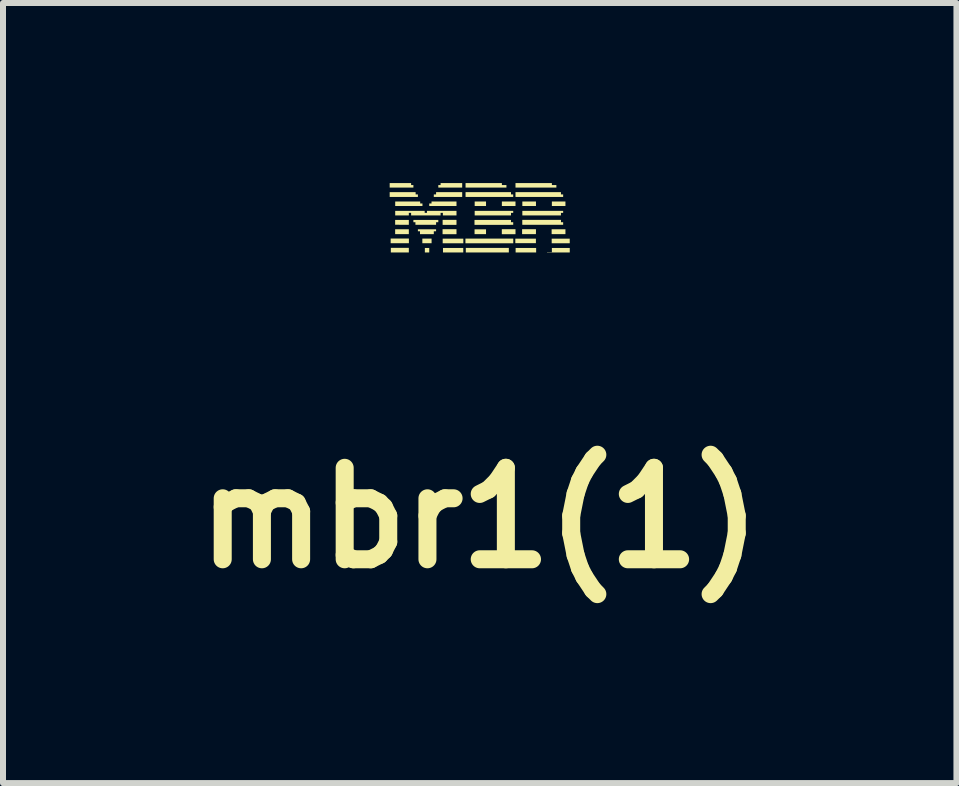
<source format=kicad_pcb>
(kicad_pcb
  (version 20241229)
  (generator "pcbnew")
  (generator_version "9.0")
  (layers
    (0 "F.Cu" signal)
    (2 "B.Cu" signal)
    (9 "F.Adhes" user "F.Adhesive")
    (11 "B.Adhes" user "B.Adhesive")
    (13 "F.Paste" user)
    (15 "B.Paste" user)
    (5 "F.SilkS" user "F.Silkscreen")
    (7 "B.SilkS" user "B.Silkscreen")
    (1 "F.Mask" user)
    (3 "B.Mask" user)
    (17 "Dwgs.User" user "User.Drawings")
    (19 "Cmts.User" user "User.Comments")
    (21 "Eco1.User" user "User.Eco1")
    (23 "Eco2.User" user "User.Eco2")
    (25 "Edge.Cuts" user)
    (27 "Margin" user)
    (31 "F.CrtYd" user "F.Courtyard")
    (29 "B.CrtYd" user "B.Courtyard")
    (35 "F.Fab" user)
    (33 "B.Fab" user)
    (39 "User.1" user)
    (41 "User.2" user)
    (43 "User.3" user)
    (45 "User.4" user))
  (footprint "mbr1(1)"
    (layer "F.Cu")
    (at 4.942 0.578)
    (property "Reference" "mbr1(1)" (at 0 5 0) (layer "F.SilkS") (effects (font (size 1.524 1.524) (thickness 0.3))))
    (attr through_hole)
    (fp_poly (pts (xy -0.841 0.541) (xy -0.841 0.578) (xy -0.877 0.578) (xy -0.914 0.578) (xy -0.914 0.541) (xy -0.914 0.503) (xy -0.877 0.503) (xy -0.841 0.503)) (stroke (width 0) (type solid)) (fill yes) (layer "F.SilkS"))
    (fp_poly (pts (xy -0.802 0.385) (xy -0.802 0.424) (xy -0.879 0.424) (xy -0.956 0.424) (xy -0.956 0.385) (xy -0.956 0.347) (xy -0.879 0.347) (xy -0.802 0.347)) (stroke (width 0) (type solid)) (fill yes) (layer "F.SilkS"))
    (fp_poly (pts (xy -0.273 0.387) (xy -0.273 0.425) (xy -0.445 0.425) (xy -0.617 0.425) (xy -0.617 0.387) (xy -0.617 0.348) (xy -0.445 0.348) (xy -0.273 0.348)) (stroke (width 0) (type solid)) (fill yes) (layer "F.SilkS"))
    (fp_poly (pts (xy 0.105 -0.233) (xy 0.105 -0.196) (xy 0.01 -0.196) (xy -0.084 -0.196) (xy -0.084 -0.233) (xy -0.084 -0.271) (xy 0.01 -0.271) (xy 0.105 -0.271)) (stroke (width 0) (type solid)) (fill yes) (layer "F.SilkS"))
    (fp_poly (pts (xy 0.485 0.54) (xy 0.485 0.578) (xy 0.126 0.578) (xy -0.232 0.578) (xy -0.232 0.54) (xy -0.232 0.502) (xy 0.126 0.502) (xy 0.485 0.502)) (stroke (width 0) (type solid)) (fill yes) (layer "F.SilkS"))
    (fp_poly (pts (xy 0.559 0.386) (xy 0.559 0.425) (xy 0.161 0.425) (xy -0.238 0.425) (xy -0.238 0.386) (xy -0.238 0.347) (xy 0.161 0.347) (xy 0.559 0.347)) (stroke (width 0) (type solid)) (fill yes) (layer "F.SilkS"))
    (fp_poly (pts (xy 0.596 -0.233) (xy 0.596 -0.196) (xy 0.483 -0.196) (xy 0.369 -0.196) (xy 0.369 -0.233) (xy 0.369 -0.271) (xy 0.483 -0.271) (xy 0.596 -0.271)) (stroke (width 0) (type solid)) (fill yes) (layer "F.SilkS"))
    (fp_poly (pts (xy 0.936 0.385) (xy 0.936 0.423) (xy 0.765 0.423) (xy 0.593 0.423) (xy 0.593 0.385) (xy 0.593 0.348) (xy 0.765 0.348) (xy 0.936 0.348)) (stroke (width 0) (type solid)) (fill yes) (layer "F.SilkS"))
    (fp_poly (pts (xy 0.937 -0.233) (xy 0.937 -0.196) (xy 0.823 -0.196) (xy 0.71 -0.196) (xy 0.71 -0.233) (xy 0.71 -0.271) (xy 0.823 -0.271) (xy 0.937 -0.271)) (stroke (width 0) (type solid)) (fill yes) (layer "F.SilkS"))
    (fp_poly (pts (xy 0.94 0.541) (xy 0.94 0.578) (xy 0.769 0.578) (xy 0.598 0.578) (xy 0.598 0.541) (xy 0.598 0.503) (xy 0.769 0.503) (xy 0.94 0.503)) (stroke (width 0) (type solid)) (fill yes) (layer "F.SilkS"))
    (fp_poly (pts (xy 1.428 -0.233) (xy 1.428 -0.196) (xy 1.315 -0.196) (xy 1.202 -0.196) (xy 1.202 -0.233) (xy 1.202 -0.271) (xy 1.315 -0.271) (xy 1.428 -0.271)) (stroke (width 0) (type solid)) (fill yes) (layer "F.SilkS"))
    (fp_poly (pts (xy -1.143 -0.562) (xy -1.143 -0.545) (xy -1.124 -0.545) (xy -1.105 -0.545) (xy -1.105 -0.524) (xy -1.105 -0.503) (xy -1.303 -0.503) (xy -1.5 -0.503) (xy -1.5 -0.54) (xy -1.5 -0.578) (xy -1.322 -0.578) (xy -1.143 -0.578)) (stroke (width 0) (type solid)) (fill yes) (layer "F.SilkS"))
    (fp_poly (pts (xy -1.068 -0.408) (xy -1.068 -0.389) (xy -1.049 -0.389) (xy -1.03 -0.389) (xy -1.03 -0.368) (xy -1.03 -0.347) (xy -1.265 -0.347) (xy -1.5 -0.347) (xy -1.5 -0.387) (xy -1.5 -0.427) (xy -1.284 -0.427) (xy -1.068 -0.427)) (stroke (width 0) (type solid)) (fill yes) (layer "F.SilkS"))
    (fp_poly (pts (xy -0.992 -0.255) (xy -0.992 -0.238) (xy -0.973 -0.238) (xy -0.954 -0.238) (xy -0.954 -0.217) (xy -0.954 -0.196) (xy -1.181 -0.196) (xy -1.408 -0.196) (xy -1.408 -0.233) (xy -1.408 -0.271) (xy -1.2 -0.271) (xy -0.992 -0.271)) (stroke (width 0) (type solid)) (fill yes) (layer "F.SilkS"))
    (fp_poly (pts (xy -0.387 -0.233) (xy -0.387 -0.196) (xy -0.614 -0.196) (xy -0.841 -0.196) (xy -0.841 -0.217) (xy -0.841 -0.238) (xy -0.822 -0.238) (xy -0.803 -0.238) (xy -0.803 -0.255) (xy -0.803 -0.271) (xy -0.595 -0.271) (xy -0.387 -0.271)) (stroke (width 0) (type solid)) (fill yes) (layer "F.SilkS"))
    (fp_poly (pts (xy -0.292 -0.54) (xy -0.292 -0.503) (xy -0.491 -0.503) (xy -0.69 -0.503) (xy -0.69 -0.524) (xy -0.69 -0.545) (xy -0.671 -0.545) (xy -0.652 -0.545) (xy -0.652 -0.562) (xy -0.652 -0.578) (xy -0.472 -0.578) (xy -0.292 -0.578)) (stroke (width 0) (type solid)) (fill yes) (layer "F.SilkS"))
    (fp_poly (pts (xy -0.292 -0.387) (xy -0.292 -0.347) (xy -0.529 -0.347) (xy -0.765 -0.347) (xy -0.765 -0.368) (xy -0.765 -0.389) (xy -0.746 -0.389) (xy -0.727 -0.389) (xy -0.727 -0.408) (xy -0.727 -0.427) (xy -0.51 -0.427) (xy -0.292 -0.427)) (stroke (width 0) (type solid)) (fill yes) (layer "F.SilkS"))
    (fp_poly (pts (xy 0.369 -0.562) (xy 0.369 -0.545) (xy 0.407 -0.545) (xy 0.445 -0.545) (xy 0.445 -0.524) (xy 0.445 -0.503) (xy 0.105 -0.503) (xy -0.236 -0.503) (xy -0.236 -0.54) (xy -0.236 -0.578) (xy 0.067 -0.578) (xy 0.369 -0.578)) (stroke (width 0) (type solid)) (fill yes) (layer "F.SilkS"))
    (fp_poly (pts (xy 0.521 -0.408) (xy 0.521 -0.389) (xy 0.54 -0.389) (xy 0.558 -0.389) (xy 0.558 -0.368) (xy 0.558 -0.347) (xy 0.161 -0.347) (xy -0.236 -0.347) (xy -0.236 -0.387) (xy -0.236 -0.427) (xy 0.142 -0.427) (xy 0.521 -0.427)) (stroke (width 0) (type solid)) (fill yes) (layer "F.SilkS"))
    (fp_poly (pts (xy 0.558 -0.098) (xy 0.558 -0.082) (xy 0.54 -0.082) (xy 0.521 -0.082) (xy 0.521 -0.061) (xy 0.521 -0.039) (xy 0.218 -0.039) (xy -0.084 -0.039) (xy -0.084 -0.077) (xy -0.084 -0.115) (xy 0.237 -0.115) (xy 0.558 -0.115)) (stroke (width 0) (type solid)) (fill yes) (layer "F.SilkS"))
    (fp_poly (pts (xy 1.202 -0.562) (xy 1.202 -0.545) (xy 1.239 -0.545) (xy 1.277 -0.545) (xy 1.277 -0.524) (xy 1.277 -0.503) (xy 0.937 -0.503) (xy 0.596 -0.503) (xy 0.596 -0.54) (xy 0.596 -0.578) (xy 0.899 -0.578) (xy 1.202 -0.578)) (stroke (width 0) (type solid)) (fill yes) (layer "F.SilkS"))
    (fp_poly (pts (xy 1.353 -0.408) (xy 1.353 -0.389) (xy 1.372 -0.389) (xy 1.39 -0.389) (xy 1.39 -0.368) (xy 1.39 -0.347) (xy 0.993 -0.347) (xy 0.596 -0.347) (xy 0.596 -0.387) (xy 0.596 -0.427) (xy 0.975 -0.427) (xy 1.353 -0.427)) (stroke (width 0) (type solid)) (fill yes) (layer "F.SilkS"))
    (fp_poly (pts (xy 1.39 -0.098) (xy 1.39 -0.082) (xy 1.372 -0.082) (xy 1.353 -0.082) (xy 1.353 -0.061) (xy 1.353 -0.039) (xy 1.031 -0.039) (xy 0.71 -0.039) (xy 0.71 -0.077) (xy 0.71 -0.115) (xy 1.05 -0.115) (xy 1.39 -0.115)) (stroke (width 0) (type solid)) (fill yes) (layer "F.SilkS"))
    (fp_poly (pts (xy 1.5 0.541) (xy 1.5 0.578) (xy 1.311 0.578) (xy 1.121 0.578) (xy 1.121 0.575) (xy 1.121 0.573) (xy 1.161 0.573) (xy 1.202 0.573) (xy 1.202 0.538) (xy 1.202 0.503) (xy 1.351 0.503) (xy 1.5 0.503)) (stroke (width 0) (type solid)) (fill yes) (layer "F.SilkS"))
    (fp_poly (pts (xy -0.389 0.191) (xy -0.389 0.192) (xy -0.389 0.192) (xy -0.388 0.192) (xy -0.388 0.192) (xy -0.387 0.192) (xy -0.387 0.232) (xy -0.387 0.272) (xy -0.388 0.272) (xy -0.388 0.272) (xy -0.389 0.273) (xy -0.389 0.273) (xy -0.389 0.273) (xy -0.389 0.274) (xy -0.504 0.274) (xy -0.619 0.274) (xy -0.619 0.232) (xy -0.619 0.19) (xy -0.504 0.19) (xy -0.389 0.19)) (stroke (width 0) (type solid)) (fill yes) (layer "F.SilkS"))
    (fp_poly (pts (xy 0.936 0.192) (xy 0.936 0.193) (xy 0.936 0.194) (xy 0.936 0.195) (xy 0.937 0.197) (xy 0.937 0.2) (xy 0.937 0.202) (xy 0.937 0.205) (xy 0.937 0.209) (xy 0.937 0.213) (xy 0.937 0.216) (xy 0.937 0.221) (xy 0.937 0.225) (xy 0.937 0.229) (xy 0.937 0.234) (xy 0.936 0.273) (xy 0.821 0.273) (xy 0.706 0.273) (xy 0.706 0.231) (xy 0.706 0.19) (xy 0.821 0.19) (xy 0.936 0.19)) (stroke (width 0) (type solid)) (fill yes) (layer "F.SilkS"))
    (fp_poly (pts (xy 0.105 0.233) (xy 0.105 0.272) (xy 0.103 0.273) (xy 0.103 0.273) (xy 0.102 0.273) (xy 0.101 0.273) (xy 0.099 0.273) (xy 0.097 0.273) (xy 0.094 0.273) (xy 0.091 0.273) (xy 0.087 0.273) (xy 0.083 0.273) (xy 0.079 0.273) (xy 0.074 0.273) (xy 0.069 0.273) (xy 0.064 0.273) (xy 0.059 0.273) (xy 0.053 0.273) (xy 0.047 0.273) (xy 0.041 0.273) (xy 0.034 0.273) (xy 0.027 0.273) (xy 0.021 0.273) (xy 0.014 0.273) (xy 0.008 0.273) (xy -0.086 0.273) (xy -0.086 0.233) (xy -0.086 0.193) (xy 0.009 0.193) (xy 0.105 0.193)) (stroke (width 0) (type solid)) (fill yes) (layer "F.SilkS"))
    (fp_poly (pts (xy -0.917 -0.098) (xy -0.917 -0.082) (xy -0.898 -0.082) (xy -0.879 -0.082) (xy -0.879 -0.098) (xy -0.879 -0.115) (xy -0.633 -0.115) (xy -0.387 -0.115) (xy -0.387 -0.077) (xy -0.387 -0.039) (xy -0.5 -0.039) (xy -0.614 -0.039) (xy -0.614 -0.061) (xy -0.614 -0.082) (xy -0.633 -0.082) (xy -0.652 -0.082) (xy -0.652 -0.061) (xy -0.652 -0.039) (xy -0.897 -0.039) (xy -1.143 -0.039) (xy -1.143 -0.061) (xy -1.143 -0.082) (xy -1.162 -0.082) (xy -1.181 -0.082) (xy -1.181 -0.061) (xy -1.181 -0.039) (xy -1.295 -0.039) (xy -1.408 -0.039) (xy -1.408 -0.077) (xy -1.408 -0.115) (xy -1.162 -0.115) (xy -0.917 -0.115)) (stroke (width 0) (type solid)) (fill yes) (layer "F.SilkS"))
    (fp_poly (pts (xy 1.427 0.191) (xy 1.427 0.192) (xy 1.427 0.192) (xy 1.428 0.192) (xy 1.428 0.192) (xy 1.428 0.232) (xy 1.428 0.272) (xy 1.427 0.273) (xy 1.427 0.273) (xy 1.426 0.273) (xy 1.425 0.273) (xy 1.423 0.273) (xy 1.42 0.273) (xy 1.418 0.273) (xy 1.414 0.273) (xy 1.411 0.273) (xy 1.407 0.273) (xy 1.403 0.273) (xy 1.398 0.273) (xy 1.393 0.273) (xy 1.387 0.273) (xy 1.382 0.273) (xy 1.376 0.273) (xy 1.369 0.273) (xy 1.363 0.273) (xy 1.356 0.273) (xy 1.349 0.273) (xy 1.342 0.273) (xy 1.335 0.273) (xy 1.327 0.273) (xy 1.32 0.273) (xy 1.312 0.273) (xy 1.198 0.273) (xy 1.198 0.232) (xy 1.198 0.191) (xy 1.313 0.191) (xy 1.427 0.191)) (stroke (width 0) (type solid)) (fill yes) (layer "F.SilkS"))
    (fp_poly (pts (xy -1.296 0.036) (xy -1.289 0.036) (xy -1.281 0.036) (xy -1.274 0.036) (xy -1.266 0.036) (xy -1.259 0.036) (xy -1.252 0.036) (xy -1.246 0.036) (xy -1.239 0.036) (xy -1.233 0.036) (xy -1.227 0.036) (xy -1.221 0.036) (xy -1.216 0.036) (xy -1.211 0.036) (xy -1.206 0.036) (xy -1.202 0.036) (xy -1.198 0.036) (xy -1.195 0.036) (xy -1.192 0.036) (xy -1.189 0.036) (xy -1.187 0.036) (xy -1.185 0.036) (xy -1.184 0.036) (xy -1.183 0.036) (xy -1.183 0.036) (xy -1.181 0.036) (xy -1.181 0.076) (xy -1.181 0.117) (xy -1.292 0.117) (xy -1.3 0.117) (xy -1.307 0.117) (xy -1.315 0.117) (xy -1.322 0.117) (xy -1.329 0.117) (xy -1.336 0.117) (xy -1.343 0.117) (xy -1.349 0.116) (xy -1.355 0.116) (xy -1.361 0.116) (xy -1.367 0.116) (xy -1.372 0.116) (xy -1.377 0.116) (xy -1.382 0.116) (xy -1.386 0.116) (xy -1.39 0.116) (xy -1.394 0.116) (xy -1.397 0.116) (xy -1.4 0.116) (xy -1.402 0.116) (xy -1.404 0.116) (xy -1.405 0.116) (xy -1.406 0.116) (xy -1.406 0.116) (xy -1.409 0.116) (xy -1.409 0.076) (xy -1.409 0.036)) (stroke (width 0) (type solid)) (fill yes) (layer "F.SilkS"))
    (fp_poly (pts (xy -0.391 0.036) (xy -0.391 0.036) (xy -0.391 0.036) (xy -0.39 0.036) (xy -0.39 0.036) (xy -0.389 0.036) (xy -0.387 0.036) (xy -0.387 0.076) (xy -0.387 0.117) (xy -0.389 0.117) (xy -0.39 0.117) (xy -0.391 0.117) (xy -0.391 0.117) (xy -0.391 0.117) (xy -0.391 0.117) (xy -0.391 0.117) (xy -0.391 0.117) (xy -0.391 0.117) (xy -0.391 0.117) (xy -0.391 0.117) (xy -0.391 0.117) (xy -0.392 0.117) (xy -0.392 0.117) (xy -0.393 0.117) (xy -0.393 0.117) (xy -0.394 0.117) (xy -0.395 0.118) (xy -0.396 0.118) (xy -0.398 0.118) (xy -0.399 0.118) (xy -0.401 0.118) (xy -0.403 0.118) (xy -0.406 0.118) (xy -0.408 0.118) (xy -0.411 0.118) (xy -0.414 0.118) (xy -0.418 0.118) (xy -0.421 0.118) (xy -0.426 0.118) (xy -0.43 0.118) (xy -0.435 0.118) (xy -0.44 0.118) (xy -0.446 0.118) (xy -0.452 0.118) (xy -0.458 0.118) (xy -0.465 0.118) (xy -0.473 0.118) (xy -0.481 0.118) (xy -0.489 0.118) (xy -0.498 0.118) (xy -0.505 0.118) (xy -0.618 0.118) (xy -0.618 0.076) (xy -0.618 0.035) (xy -0.505 0.035) (xy -0.391 0.035)) (stroke (width 0) (type solid)) (fill yes) (layer "F.SilkS"))
    (fp_poly (pts (xy 1.354 0.055) (xy 1.354 0.074) (xy 1.372 0.074) (xy 1.39 0.074) (xy 1.39 0.095) (xy 1.39 0.117) (xy 1.372 0.117) (xy 1.368 0.117) (xy 1.365 0.117) (xy 1.362 0.117) (xy 1.359 0.117) (xy 1.357 0.117) (xy 1.355 0.117) (xy 1.354 0.117) (xy 1.354 0.117) (xy 1.354 0.117) (xy 1.354 0.117) (xy 1.353 0.117) (xy 1.352 0.117) (xy 1.35 0.117) (xy 1.347 0.117) (xy 1.344 0.117) (xy 1.341 0.117) (xy 1.337 0.117) (xy 1.332 0.117) (xy 1.327 0.117) (xy 1.322 0.117) (xy 1.316 0.117) (xy 1.309 0.117) (xy 1.302 0.117) (xy 1.294 0.117) (xy 1.286 0.117) (xy 1.277 0.117) (xy 1.268 0.117) (xy 1.258 0.117) (xy 1.247 0.117) (xy 1.236 0.117) (xy 1.225 0.117) (xy 1.213 0.117) (xy 1.2 0.117) (xy 1.187 0.117) (xy 1.174 0.117) (xy 1.16 0.117) (xy 1.145 0.117) (xy 1.13 0.117) (xy 1.114 0.117) (xy 1.098 0.117) (xy 1.081 0.117) (xy 1.064 0.117) (xy 1.046 0.117) (xy 1.031 0.117) (xy 0.709 0.117) (xy 0.709 0.076) (xy 0.709 0.035) (xy 1.031 0.035) (xy 1.354 0.035)) (stroke (width 0) (type solid)) (fill yes) (layer "F.SilkS"))
    (fp_poly (pts (xy 0.595 0.191) (xy 0.595 0.192) (xy 0.596 0.192) (xy 0.596 0.192) (xy 0.596 0.192) (xy 0.596 0.192) (xy 0.596 0.192) (xy 0.596 0.192) (xy 0.596 0.193) (xy 0.596 0.193) (xy 0.596 0.194) (xy 0.596 0.194) (xy 0.596 0.195) (xy 0.596 0.196) (xy 0.596 0.198) (xy 0.596 0.2) (xy 0.596 0.202) (xy 0.596 0.204) (xy 0.596 0.207) (xy 0.596 0.21) (xy 0.596 0.213) (xy 0.596 0.217) (xy 0.596 0.221) (xy 0.596 0.226) (xy 0.596 0.231) (xy 0.596 0.232) (xy 0.596 0.238) (xy 0.596 0.243) (xy 0.596 0.247) (xy 0.596 0.251) (xy 0.596 0.254) (xy 0.596 0.258) (xy 0.596 0.26) (xy 0.596 0.263) (xy 0.596 0.265) (xy 0.596 0.266) (xy 0.596 0.268) (xy 0.596 0.269) (xy 0.596 0.27) (xy 0.596 0.271) (xy 0.596 0.271) (xy 0.596 0.272) (xy 0.596 0.272) (xy 0.596 0.272) (xy 0.596 0.272) (xy 0.596 0.272) (xy 0.596 0.272) (xy 0.596 0.272) (xy 0.595 0.273) (xy 0.595 0.273) (xy 0.595 0.273) (xy 0.595 0.274) (xy 0.482 0.274) (xy 0.368 0.274) (xy 0.368 0.232) (xy 0.368 0.19) (xy 0.482 0.19) (xy 0.595 0.19)) (stroke (width 0) (type solid)) (fill yes) (layer "F.SilkS"))
    (fp_poly (pts (xy -1.18 0.385) (xy -1.18 0.424) (xy -1.332 0.424) (xy -1.343 0.424) (xy -1.354 0.424) (xy -1.364 0.424) (xy -1.373 0.424) (xy -1.382 0.424) (xy -1.391 0.424) (xy -1.399 0.424) (xy -1.407 0.424) (xy -1.414 0.424) (xy -1.421 0.424) (xy -1.427 0.424) (xy -1.433 0.424) (xy -1.439 0.424) (xy -1.444 0.424) (xy -1.449 0.424) (xy -1.453 0.424) (xy -1.458 0.424) (xy -1.461 0.424) (xy -1.465 0.424) (xy -1.468 0.424) (xy -1.471 0.424) (xy -1.473 0.424) (xy -1.475 0.424) (xy -1.477 0.424) (xy -1.479 0.424) (xy -1.48 0.424) (xy -1.481 0.424) (xy -1.482 0.424) (xy -1.483 0.424) (xy -1.483 0.424) (xy -1.484 0.424) (xy -1.484 0.424) (xy -1.484 0.424) (xy -1.484 0.423) (xy -1.484 0.422) (xy -1.484 0.42) (xy -1.484 0.418) (xy -1.484 0.415) (xy -1.484 0.413) (xy -1.484 0.41) (xy -1.484 0.406) (xy -1.484 0.403) (xy -1.484 0.399) (xy -1.484 0.396) (xy -1.484 0.392) (xy -1.484 0.388) (xy -1.484 0.384) (xy -1.484 0.38) (xy -1.484 0.376) (xy -1.484 0.373) (xy -1.484 0.369) (xy -1.484 0.366) (xy -1.484 0.362) (xy -1.484 0.359) (xy -1.484 0.357) (xy -1.484 0.354) (xy -1.484 0.352) (xy -1.484 0.35) (xy -1.484 0.349) (xy -1.484 0.346) (xy -1.332 0.346) (xy -1.18 0.346)) (stroke (width 0) (type solid)) (fill yes) (layer "F.SilkS"))
    (fp_poly (pts (xy -1.292 0.501) (xy -1.283 0.501) (xy -1.275 0.501) (xy -1.267 0.501) (xy -1.26 0.501) (xy -1.253 0.501) (xy -1.246 0.501) (xy -1.24 0.501) (xy -1.235 0.501) (xy -1.229 0.501) (xy -1.225 0.501) (xy -1.22 0.501) (xy -1.216 0.501) (xy -1.212 0.501) (xy -1.208 0.501) (xy -1.205 0.501) (xy -1.202 0.501) (xy -1.199 0.501) (xy -1.197 0.501) (xy -1.194 0.501) (xy -1.192 0.501) (xy -1.191 0.501) (xy -1.189 0.501) (xy -1.188 0.501) (xy -1.187 0.501) (xy -1.186 0.501) (xy -1.185 0.501) (xy -1.184 0.501) (xy -1.183 0.501) (xy -1.183 0.501) (xy -1.183 0.501) (xy -1.182 0.501) (xy -1.182 0.501) (xy -1.182 0.502) (xy -1.182 0.502) (xy -1.182 0.502) (xy -1.182 0.502) (xy -1.182 0.502) (xy -1.182 0.502) (xy -1.181 0.502) (xy -1.181 0.502) (xy -1.181 0.502) (xy -1.181 0.503) (xy -1.181 0.503) (xy -1.181 0.504) (xy -1.181 0.505) (xy -1.181 0.506) (xy -1.181 0.507) (xy -1.181 0.508) (xy -1.181 0.51) (xy -1.181 0.513) (xy -1.181 0.515) (xy -1.181 0.518) (xy -1.181 0.522) (xy -1.181 0.525) (xy -1.181 0.53) (xy -1.181 0.534) (xy -1.181 0.54) (xy -1.181 0.54) (xy -1.181 0.578) (xy -1.331 0.578) (xy -1.481 0.578) (xy -1.481 0.54) (xy -1.481 0.501) (xy -1.331 0.501) (xy -1.321 0.501) (xy -1.311 0.501) (xy -1.301 0.501)) (stroke (width 0) (type solid)) (fill yes) (layer "F.SilkS"))
    (fp_poly (pts (xy -0.87 0.036) (xy -0.861 0.036) (xy -0.852 0.036) (xy -0.843 0.036) (xy -0.835 0.036) (xy -0.826 0.036) (xy -0.818 0.036) (xy -0.81 0.036) (xy -0.801 0.036) (xy -0.794 0.036) (xy -0.786 0.036) (xy -0.779 0.036) (xy -0.772 0.036) (xy -0.765 0.036) (xy -0.758 0.036) (xy -0.752 0.036) (xy -0.746 0.036) (xy -0.741 0.036) (xy -0.735 0.036) (xy -0.731 0.036) (xy -0.726 0.036) (xy -0.722 0.036) (xy -0.719 0.036) (xy -0.716 0.036) (xy -0.713 0.036) (xy -0.711 0.036) (xy -0.71 0.036) (xy -0.69 0.036) (xy -0.69 0.055) (xy -0.69 0.074) (xy -0.708 0.074) (xy -0.727 0.074) (xy -0.727 0.095) (xy -0.727 0.117) (xy -0.899 0.117) (xy -1.071 0.117) (xy -1.071 0.095) (xy -1.071 0.074) (xy -1.088 0.074) (xy -1.105 0.074) (xy -1.105 0.055) (xy -1.105 0.036) (xy -1.081 0.036) (xy -1.079 0.036) (xy -1.077 0.036) (xy -1.074 0.036) (xy -1.071 0.036) (xy -1.067 0.036) (xy -1.062 0.036) (xy -1.058 0.036) (xy -1.053 0.036) (xy -1.047 0.036) (xy -1.041 0.036) (xy -1.035 0.036) (xy -1.029 0.036) (xy -1.022 0.036) (xy -1.015 0.036) (xy -1.008 0.036) (xy -1 0.036) (xy -0.992 0.036) (xy -0.984 0.036) (xy -0.976 0.036) (xy -0.968 0.036) (xy -0.959 0.036) (xy -0.951 0.036) (xy -0.942 0.036) (xy -0.933 0.036) (xy -0.924 0.036) (xy -0.915 0.036) (xy -0.906 0.036) (xy -0.897 0.036) (xy -0.888 0.036) (xy -0.879 0.036)) (stroke (width 0) (type solid)) (fill yes) (layer "F.SilkS"))
    (fp_poly (pts (xy 0.521 0.055) (xy 0.521 0.074) (xy 0.54 0.074) (xy 0.558 0.074) (xy 0.558 0.095) (xy 0.558 0.117) (xy 0.54 0.117) (xy 0.536 0.117) (xy 0.533 0.117) (xy 0.53 0.117) (xy 0.528 0.117) (xy 0.526 0.117) (xy 0.525 0.117) (xy 0.523 0.117) (xy 0.523 0.117) (xy 0.522 0.117) (xy 0.521 0.117) (xy 0.521 0.117) (xy 0.521 0.117) (xy 0.521 0.117) (xy 0.521 0.117) (xy 0.521 0.117) (xy 0.521 0.117) (xy 0.521 0.117) (xy 0.521 0.117) (xy 0.521 0.117) (xy 0.521 0.117) (xy 0.521 0.117) (xy 0.52 0.117) (xy 0.52 0.117) (xy 0.52 0.117) (xy 0.519 0.117) (xy 0.519 0.117) (xy 0.518 0.117) (xy 0.517 0.117) (xy 0.517 0.117) (xy 0.516 0.117) (xy 0.515 0.117) (xy 0.513 0.117) (xy 0.512 0.117) (xy 0.51 0.118) (xy 0.509 0.118) (xy 0.507 0.118) (xy 0.505 0.118) (xy 0.502 0.118) (xy 0.5 0.118) (xy 0.497 0.118) (xy 0.494 0.118) (xy 0.491 0.118) (xy 0.487 0.118) (xy 0.484 0.118) (xy 0.48 0.118) (xy 0.475 0.118) (xy 0.471 0.118) (xy 0.466 0.118) (xy 0.461 0.118) (xy 0.455 0.118) (xy 0.45 0.118) (xy 0.444 0.118) (xy 0.437 0.118) (xy 0.43 0.118) (xy 0.423 0.118) (xy 0.416 0.118) (xy 0.408 0.118) (xy 0.4 0.118) (xy 0.391 0.118) (xy 0.382 0.118) (xy 0.372 0.118) (xy 0.363 0.118) (xy 0.352 0.118) (xy 0.341 0.118) (xy 0.33 0.118) (xy 0.319 0.118) (xy 0.306 0.118) (xy 0.294 0.118) (xy 0.281 0.118) (xy 0.267 0.118) (xy 0.253 0.118) (xy 0.239 0.118) (xy 0.223 0.118) (xy 0.217 0.118) (xy -0.087 0.118) (xy -0.087 0.077) (xy -0.087 0.036) (xy 0.217 0.036) (xy 0.521 0.036)) (stroke (width 0) (type solid)) (fill yes) (layer "F.SilkS"))
    (fp_poly (pts (xy -0.86 0.192) (xy -0.85 0.192) (xy -0.84 0.192) (xy -0.831 0.192) (xy -0.823 0.192) (xy -0.814 0.192) (xy -0.807 0.192) (xy -0.8 0.192) (xy -0.793 0.192) (xy -0.787 0.192) (xy -0.782 0.192) (xy -0.777 0.192) (xy -0.772 0.192) (xy -0.768 0.192) (xy -0.765 0.192) (xy -0.762 0.192) (xy -0.76 0.192) (xy -0.758 0.192) (xy -0.757 0.192) (xy -0.756 0.192) (xy -0.756 0.192) (xy -0.755 0.192) (xy -0.755 0.192) (xy -0.753 0.192) (xy -0.751 0.192) (xy -0.749 0.192) (xy -0.746 0.192) (xy -0.743 0.192) (xy -0.742 0.192) (xy -0.727 0.192) (xy -0.727 0.209) (xy -0.727 0.225) (xy -0.746 0.225) (xy -0.765 0.225) (xy -0.765 0.249) (xy -0.765 0.272) (xy -0.766 0.272) (xy -0.766 0.273) (xy -0.767 0.273) (xy -0.767 0.273) (xy -0.767 0.273) (xy -0.767 0.273) (xy -0.767 0.273) (xy -0.768 0.273) (xy -0.769 0.273) (xy -0.769 0.273) (xy -0.77 0.273) (xy -0.772 0.273) (xy -0.773 0.273) (xy -0.775 0.273) (xy -0.776 0.273) (xy -0.778 0.273) (xy -0.781 0.273) (xy -0.783 0.273) (xy -0.786 0.273) (xy -0.79 0.273) (xy -0.793 0.273) (xy -0.797 0.273) (xy -0.801 0.273) (xy -0.806 0.273) (xy -0.811 0.273) (xy -0.816 0.273) (xy -0.822 0.273) (xy -0.829 0.273) (xy -0.835 0.273) (xy -0.842 0.273) (xy -0.85 0.273) (xy -0.858 0.273) (xy -0.867 0.273) (xy -0.876 0.273) (xy -0.881 0.273) (xy -0.995 0.273) (xy -0.995 0.249) (xy -0.995 0.225) (xy -1.013 0.225) (xy -1.03 0.225) (xy -1.03 0.209) (xy -1.03 0.192) (xy -1.02 0.192) (xy -1.017 0.192) (xy -1.014 0.192) (xy -1.012 0.192) (xy -1.011 0.192) (xy -1.01 0.192) (xy -1.009 0.192) (xy -1.009 0.192) (xy -1.009 0.192) (xy -1.008 0.192) (xy -1.007 0.192) (xy -1.005 0.192) (xy -1.003 0.192) (xy -1 0.192) (xy -0.996 0.192) (xy -0.992 0.192) (xy -0.988 0.192) (xy -0.983 0.192) (xy -0.977 0.192) (xy -0.971 0.192) (xy -0.964 0.192) (xy -0.957 0.192) (xy -0.95 0.192) (xy -0.941 0.192) (xy -0.933 0.192) (xy -0.923 0.192) (xy -0.913 0.192) (xy -0.903 0.192) (xy -0.892 0.192) (xy -0.883 0.192) (xy -0.871 0.192)) (stroke (width 0) (type solid)) (fill yes) (layer "F.SilkS"))
    (fp_poly (pts (xy -1.278 0.191) (xy -1.269 0.191) (xy -1.261 0.191) (xy -1.254 0.191) (xy -1.247 0.191) (xy -1.241 0.191) (xy -1.235 0.191) (xy -1.229 0.191) (xy -1.224 0.191) (xy -1.219 0.191) (xy -1.215 0.191) (xy -1.211 0.191) (xy -1.207 0.191) (xy -1.203 0.191) (xy -1.2 0.191) (xy -1.198 0.191) (xy -1.195 0.191) (xy -1.193 0.191) (xy -1.191 0.191) (xy -1.189 0.191) (xy -1.188 0.191) (xy -1.186 0.191) (xy -1.185 0.192) (xy -1.184 0.192) (xy -1.184 0.192) (xy -1.183 0.192) (xy -1.183 0.192) (xy -1.182 0.192) (xy -1.182 0.192) (xy -1.182 0.192) (xy -1.182 0.192) (xy -1.182 0.192) (xy -1.182 0.192) (xy -1.182 0.192) (xy -1.182 0.192) (xy -1.182 0.193) (xy -1.181 0.193) (xy -1.181 0.194) (xy -1.181 0.194) (xy -1.181 0.195) (xy -1.181 0.197) (xy -1.181 0.198) (xy -1.181 0.2) (xy -1.181 0.202) (xy -1.181 0.205) (xy -1.181 0.208) (xy -1.181 0.211) (xy -1.181 0.215) (xy -1.181 0.219) (xy -1.181 0.224) (xy -1.181 0.229) (xy -1.181 0.232) (xy -1.181 0.238) (xy -1.181 0.243) (xy -1.181 0.247) (xy -1.181 0.251) (xy -1.181 0.255) (xy -1.181 0.258) (xy -1.181 0.261) (xy -1.181 0.263) (xy -1.181 0.265) (xy -1.181 0.267) (xy -1.181 0.268) (xy -1.181 0.269) (xy -1.181 0.27) (xy -1.181 0.271) (xy -1.182 0.272) (xy -1.182 0.272) (xy -1.182 0.272) (xy -1.182 0.272) (xy -1.182 0.272) (xy -1.182 0.273) (xy -1.182 0.273) (xy -1.182 0.273) (xy -1.182 0.273) (xy -1.182 0.273) (xy -1.183 0.273) (xy -1.183 0.273) (xy -1.184 0.273) (xy -1.185 0.273) (xy -1.186 0.273) (xy -1.187 0.273) (xy -1.188 0.273) (xy -1.19 0.273) (xy -1.192 0.273) (xy -1.194 0.273) (xy -1.196 0.273) (xy -1.199 0.273) (xy -1.202 0.273) (xy -1.205 0.273) (xy -1.209 0.273) (xy -1.213 0.273) (xy -1.217 0.273) (xy -1.222 0.273) (xy -1.227 0.273) (xy -1.232 0.273) (xy -1.238 0.273) (xy -1.244 0.273) (xy -1.251 0.273) (xy -1.258 0.273) (xy -1.266 0.273) (xy -1.274 0.273) (xy -1.282 0.273) (xy -1.291 0.273) (xy -1.296 0.273) (xy -1.409 0.273) (xy -1.409 0.232) (xy -1.409 0.191) (xy -1.296 0.191) (xy -1.286 0.191)) (stroke (width 0) (type solid)) (fill yes) (layer "F.SilkS"))
    (fp_poly (pts (xy -0.391 0.503) (xy -0.382 0.503) (xy -0.374 0.503) (xy -0.366 0.503) (xy -0.358 0.503) (xy -0.351 0.503) (xy -0.345 0.503) (xy -0.338 0.503) (xy -0.332 0.503) (xy -0.327 0.503) (xy -0.322 0.503) (xy -0.317 0.503) (xy -0.312 0.503) (xy -0.308 0.503) (xy -0.304 0.503) (xy -0.301 0.503) (xy -0.297 0.503) (xy -0.295 0.503) (xy -0.292 0.503) (xy -0.289 0.503) (xy -0.287 0.503) (xy -0.285 0.503) (xy -0.283 0.503) (xy -0.282 0.503) (xy -0.28 0.503) (xy -0.279 0.503) (xy -0.278 0.503) (xy -0.277 0.503) (xy -0.276 0.503) (xy -0.276 0.504) (xy -0.275 0.504) (xy -0.275 0.504) (xy -0.275 0.504) (xy -0.274 0.504) (xy -0.274 0.504) (xy -0.274 0.504) (xy -0.274 0.504) (xy -0.274 0.504) (xy -0.274 0.504) (xy -0.274 0.504) (xy -0.274 0.504) (xy -0.274 0.504) (xy -0.274 0.505) (xy -0.274 0.505) (xy -0.274 0.506) (xy -0.274 0.507) (xy -0.274 0.508) (xy -0.274 0.508) (xy -0.274 0.509) (xy -0.274 0.509) (xy -0.274 0.509) (xy -0.274 0.51) (xy -0.274 0.511) (xy -0.274 0.511) (xy -0.274 0.512) (xy -0.274 0.513) (xy -0.274 0.514) (xy -0.274 0.514) (xy -0.274 0.514) (xy -0.274 0.515) (xy -0.274 0.516) (xy -0.274 0.516) (xy -0.274 0.517) (xy -0.274 0.518) (xy -0.274 0.518) (xy -0.274 0.518) (xy -0.274 0.519) (xy -0.274 0.519) (xy -0.274 0.52) (xy -0.274 0.521) (xy -0.274 0.522) (xy -0.274 0.523) (xy -0.274 0.523) (xy -0.274 0.523) (xy -0.274 0.523) (xy -0.274 0.524) (xy -0.274 0.525) (xy -0.274 0.525) (xy -0.274 0.527) (xy -0.274 0.527) (xy -0.274 0.528) (xy -0.274 0.528) (xy -0.274 0.528) (xy -0.274 0.529) (xy -0.274 0.53) (xy -0.274 0.53) (xy -0.274 0.531) (xy -0.274 0.532) (xy -0.274 0.533) (xy -0.274 0.533) (xy -0.274 0.533) (xy -0.274 0.534) (xy -0.274 0.535) (xy -0.274 0.535) (xy -0.274 0.536) (xy -0.274 0.537) (xy -0.274 0.537) (xy -0.274 0.537) (xy -0.274 0.538) (xy -0.274 0.538) (xy -0.274 0.539) (xy -0.274 0.54) (xy -0.274 0.541) (xy -0.274 0.542) (xy -0.274 0.542) (xy -0.274 0.542) (xy -0.274 0.542) (xy -0.274 0.543) (xy -0.274 0.544) (xy -0.274 0.544) (xy -0.274 0.545) (xy -0.274 0.546) (xy -0.274 0.547) (xy -0.274 0.547) (xy -0.274 0.547) (xy -0.274 0.548) (xy -0.274 0.549) (xy -0.274 0.549) (xy -0.274 0.55) (xy -0.274 0.551) (xy -0.274 0.552) (xy -0.274 0.552) (xy -0.274 0.552) (xy -0.274 0.552) (xy -0.274 0.554) (xy -0.274 0.554) (xy -0.274 0.555) (xy -0.274 0.556) (xy -0.274 0.556) (xy -0.274 0.556) (xy -0.274 0.556) (xy -0.274 0.557) (xy -0.274 0.558) (xy -0.274 0.558) (xy -0.274 0.56) (xy -0.274 0.56) (xy -0.274 0.561) (xy -0.274 0.561) (xy -0.274 0.561) (xy -0.274 0.562) (xy -0.274 0.563) (xy -0.274 0.563) (xy -0.274 0.564) (xy -0.274 0.565) (xy -0.274 0.566) (xy -0.274 0.566) (xy -0.274 0.566) (xy -0.274 0.567) (xy -0.274 0.568) (xy -0.274 0.568) (xy -0.274 0.569) (xy -0.274 0.57) (xy -0.274 0.57) (xy -0.274 0.57) (xy -0.274 0.571) (xy -0.274 0.571) (xy -0.274 0.572) (xy -0.274 0.573) (xy -0.274 0.574) (xy -0.274 0.575) (xy -0.274 0.575) (xy -0.274 0.575) (xy -0.274 0.575) (xy -0.274 0.576) (xy -0.274 0.576) (xy -0.274 0.578) (xy -0.443 0.578) (xy -0.612 0.578) (xy -0.612 0.541) (xy -0.612 0.503) (xy -0.443 0.503) (xy -0.431 0.503) (xy -0.421 0.503) (xy -0.41 0.503) (xy -0.4 0.503)) (stroke (width 0) (type solid)) (fill yes) (layer "F.SilkS"))
    (fp_poly (pts (xy 1.349 0.348) (xy 1.358 0.348) (xy 1.367 0.348) (xy 1.376 0.348) (xy 1.384 0.348) (xy 1.392 0.348) (xy 1.4 0.348) (xy 1.408 0.348) (xy 1.416 0.348) (xy 1.423 0.348) (xy 1.431 0.348) (xy 1.438 0.348) (xy 1.444 0.348) (xy 1.451 0.348) (xy 1.457 0.348) (xy 1.462 0.348) (xy 1.468 0.348) (xy 1.473 0.348) (xy 1.477 0.348) (xy 1.481 0.348) (xy 1.485 0.348) (xy 1.489 0.348) (xy 1.492 0.348) (xy 1.494 0.348) (xy 1.496 0.348) (xy 1.498 0.348) (xy 1.499 0.348) (xy 1.499 0.348) (xy 1.5 0.348) (xy 1.5 0.348) (xy 1.5 0.348) (xy 1.5 0.349) (xy 1.5 0.35) (xy 1.5 0.351) (xy 1.5 0.352) (xy 1.5 0.353) (xy 1.5 0.353) (xy 1.5 0.353) (xy 1.5 0.353) (xy 1.5 0.353) (xy 1.499 0.353) (xy 1.499 0.354) (xy 1.499 0.355) (xy 1.499 0.356) (xy 1.499 0.357) (xy 1.5 0.357) (xy 1.5 0.358) (xy 1.5 0.358) (xy 1.5 0.358) (xy 1.5 0.359) (xy 1.5 0.36) (xy 1.5 0.36) (xy 1.5 0.361) (xy 1.5 0.362) (xy 1.5 0.362) (xy 1.5 0.362) (xy 1.5 0.362) (xy 1.5 0.362) (xy 1.499 0.363) (xy 1.499 0.363) (xy 1.499 0.365) (xy 1.499 0.365) (xy 1.499 0.366) (xy 1.499 0.367) (xy 1.5 0.367) (xy 1.5 0.367) (xy 1.5 0.367) (xy 1.5 0.367) (xy 1.5 0.368) (xy 1.5 0.368) (xy 1.5 0.369) (xy 1.5 0.371) (xy 1.5 0.371) (xy 1.5 0.372) (xy 1.5 0.372) (xy 1.5 0.372) (xy 1.499 0.372) (xy 1.499 0.373) (xy 1.499 0.374) (xy 1.499 0.374) (xy 1.499 0.375) (xy 1.499 0.376) (xy 1.5 0.376) (xy 1.5 0.377) (xy 1.5 0.377) (xy 1.5 0.377) (xy 1.5 0.377) (xy 1.5 0.378) (xy 1.5 0.379) (xy 1.5 0.379) (xy 1.5 0.38) (xy 1.5 0.381) (xy 1.5 0.381) (xy 1.5 0.381) (xy 1.5 0.381) (xy 1.5 0.381) (xy 1.499 0.382) (xy 1.499 0.382) (xy 1.499 0.384) (xy 1.499 0.384) (xy 1.499 0.385) (xy 1.499 0.386) (xy 1.5 0.386) (xy 1.5 0.386) (xy 1.5 0.386) (xy 1.5 0.386) (xy 1.5 0.387) (xy 1.5 0.387) (xy 1.5 0.388) (xy 1.5 0.39) (xy 1.5 0.39) (xy 1.5 0.391) (xy 1.5 0.391) (xy 1.5 0.391) (xy 1.499 0.391) (xy 1.499 0.392) (xy 1.499 0.393) (xy 1.499 0.393) (xy 1.499 0.394) (xy 1.499 0.395) (xy 1.5 0.395) (xy 1.5 0.395) (xy 1.5 0.395) (xy 1.5 0.396) (xy 1.5 0.396) (xy 1.5 0.397) (xy 1.5 0.398) (xy 1.5 0.398) (xy 1.5 0.399) (xy 1.5 0.4) (xy 1.5 0.4) (xy 1.5 0.4) (xy 1.5 0.4) (xy 1.5 0.4) (xy 1.499 0.401) (xy 1.499 0.401) (xy 1.499 0.402) (xy 1.499 0.403) (xy 1.499 0.404) (xy 1.499 0.405) (xy 1.5 0.405) (xy 1.5 0.405) (xy 1.5 0.405) (xy 1.5 0.405) (xy 1.5 0.406) (xy 1.5 0.406) (xy 1.5 0.407) (xy 1.5 0.408) (xy 1.5 0.409) (xy 1.5 0.409) (xy 1.5 0.41) (xy 1.5 0.41) (xy 1.499 0.41) (xy 1.499 0.411) (xy 1.499 0.412) (xy 1.499 0.412) (xy 1.499 0.413) (xy 1.499 0.414) (xy 1.5 0.414) (xy 1.5 0.414) (xy 1.5 0.414) (xy 1.5 0.414) (xy 1.5 0.415) (xy 1.5 0.416) (xy 1.5 0.417) (xy 1.5 0.417) (xy 1.5 0.418) (xy 1.5 0.419) (xy 1.5 0.419) (xy 1.5 0.419) (xy 1.5 0.419) (xy 1.5 0.419) (xy 1.499 0.42) (xy 1.499 0.42) (xy 1.499 0.421) (xy 1.499 0.422) (xy 1.499 0.425) (xy 1.349 0.425) (xy 1.199 0.425) (xy 1.199 0.387) (xy 1.199 0.348)) (stroke (width 0) (type solid)) (fill yes) (layer "F.SilkS")))
  (gr_rect
    (start -3 -3)
    (end 12.884 9.996)
    (stroke (width 0.1) (type default))
    (fill no)
    (layer "Edge.Cuts")))
</source>
